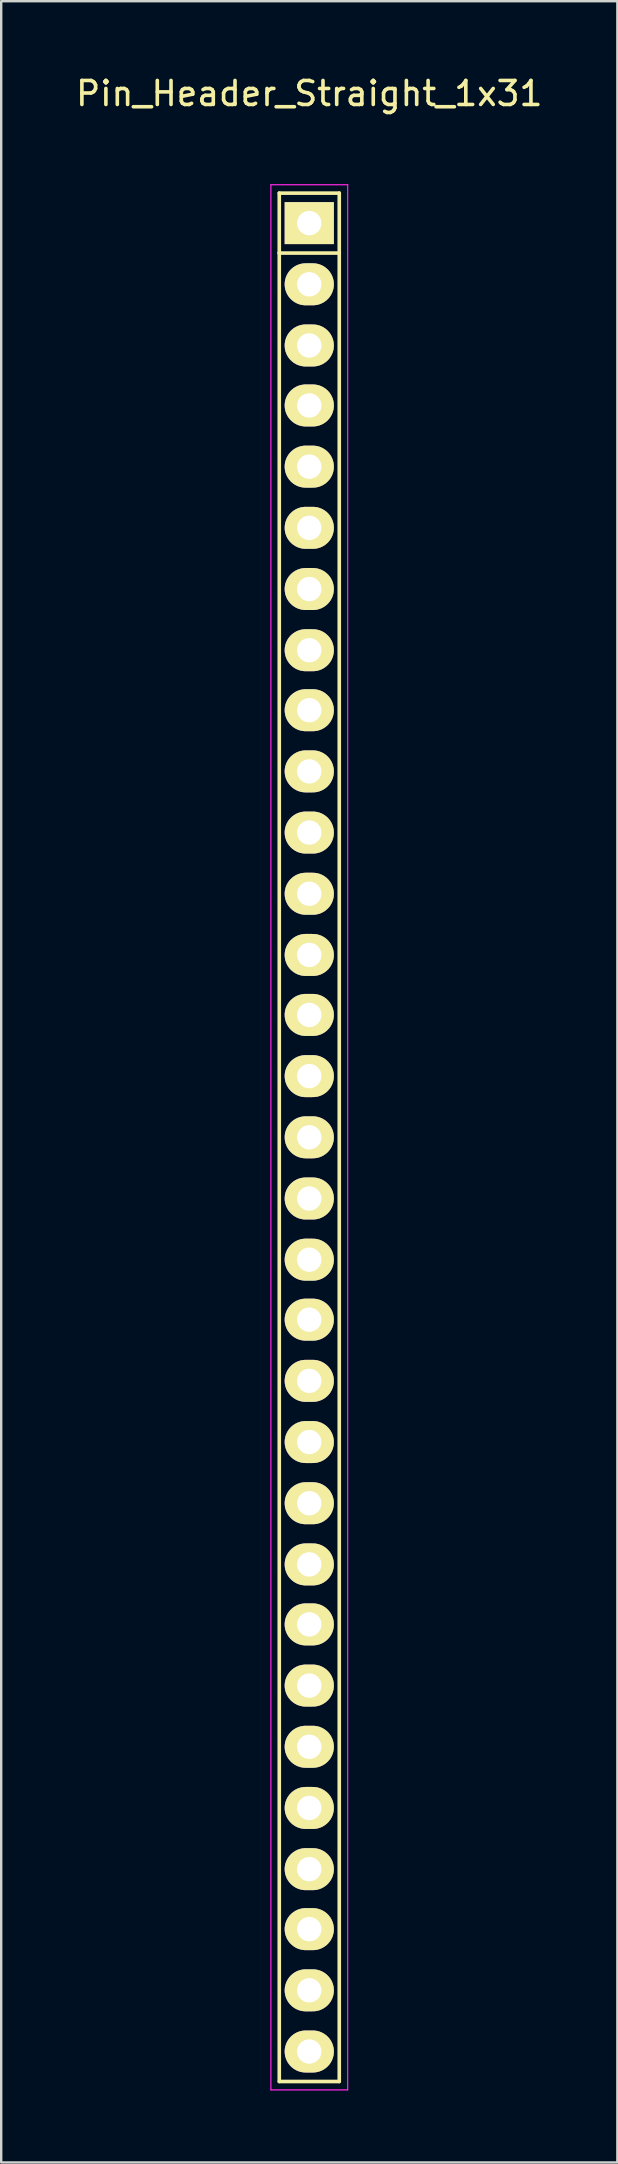
<source format=kicad_pcb>
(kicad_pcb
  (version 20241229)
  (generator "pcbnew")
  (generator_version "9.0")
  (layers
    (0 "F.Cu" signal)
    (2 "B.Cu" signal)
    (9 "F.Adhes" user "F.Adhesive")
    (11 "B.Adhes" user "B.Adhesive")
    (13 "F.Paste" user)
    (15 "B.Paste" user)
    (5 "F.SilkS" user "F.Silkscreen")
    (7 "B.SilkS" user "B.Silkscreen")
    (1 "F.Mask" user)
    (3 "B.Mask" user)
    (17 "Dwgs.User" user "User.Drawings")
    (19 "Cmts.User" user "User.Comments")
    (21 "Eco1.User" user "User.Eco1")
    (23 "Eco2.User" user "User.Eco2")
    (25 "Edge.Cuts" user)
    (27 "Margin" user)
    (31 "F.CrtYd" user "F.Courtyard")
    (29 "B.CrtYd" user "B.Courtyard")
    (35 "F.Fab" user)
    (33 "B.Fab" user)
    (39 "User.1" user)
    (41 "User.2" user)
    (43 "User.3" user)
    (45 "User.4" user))
  (footprint "Pin_Header_Straight_1x31"
    (layer "F.Cu")
    (at 9.839 6.248)
    (property "Reference" "Pin_Header_Straight_1x31" (at 0 -5.4 0) (layer "F.SilkS") (effects (font (size 1 1) (thickness 0.15))))
    (attr through_hole)
    (fp_line (start -1.25 -1.25) (end -1.25 1.25) (stroke (width 0.15) (type solid)) (layer "F.SilkS"))
    (fp_line (start -1.25 1.25) (end -1.25 77.45) (stroke (width 0.15) (type solid)) (layer "F.SilkS"))
    (fp_line (start -1.25 77.45) (end 1.25 77.45) (stroke (width 0.15) (type solid)) (layer "F.SilkS"))
    (fp_line (start 1.25 -1.25) (end -1.25 -1.25) (stroke (width 0.15) (type solid)) (layer "F.SilkS"))
    (fp_line (start 1.25 -1.25) (end 1.25 1.25) (stroke (width 0.15) (type solid)) (layer "F.SilkS"))
    (fp_line (start 1.25 1.25) (end -1.25 1.25) (stroke (width 0.15) (type solid)) (layer "F.SilkS"))
    (fp_line (start 1.25 77.45) (end 1.25 1.25) (stroke (width 0.15) (type solid)) (layer "F.SilkS"))
    (fp_line (start -1.6 -1.6) (end -1.6 77.8) (stroke (width 0.05) (type solid)) (layer "F.CrtYd"))
    (fp_line (start -1.6 -1.6) (end 1.6 -1.6) (stroke (width 0.05) (type solid)) (layer "F.CrtYd"))
    (fp_line (start -1.6 77.8) (end 1.6 77.8) (stroke (width 0.05) (type solid)) (layer "F.CrtYd"))
    (fp_line (start 1.6 -1.6) (end 1.6 77.8) (stroke (width 0.05) (type solid)) (layer "F.CrtYd"))
    (pad "1" thru_hole rect (at 0 0) (size 2.05 1.75) (drill 1.016) (layers "*.Cu" "*.Mask" "F.SilkS"))
    (pad "2" thru_hole oval (at 0 2.55) (size 2.05 1.75) (drill 1.016) (layers "*.Cu" "*.Mask" "F.SilkS"))
    (pad "3" thru_hole oval (at 0 5.1) (size 2.05 1.75) (drill 1.016) (layers "*.Cu" "*.Mask" "F.SilkS"))
    (pad "4" thru_hole oval (at 0 7.6) (size 2.05 1.75) (drill 1.016) (layers "*.Cu" "*.Mask" "F.SilkS"))
    (pad "5" thru_hole oval (at 0 10.15) (size 2.05 1.75) (drill 1.016) (layers "*.Cu" "*.Mask" "F.SilkS"))
    (pad "6" thru_hole oval (at 0 12.7) (size 2.05 1.75) (drill 1.016) (layers "*.Cu" "*.Mask" "F.SilkS"))
    (pad "7" thru_hole oval (at 0 15.25) (size 2.05 1.75) (drill 1.016) (layers "*.Cu" "*.Mask" "F.SilkS"))
    (pad "8" thru_hole oval (at 0 17.8) (size 2.05 1.75) (drill 1.016) (layers "*.Cu" "*.Mask" "F.SilkS"))
    (pad "9" thru_hole oval (at 0 20.3) (size 2.05 1.75) (drill 1.016) (layers "*.Cu" "*.Mask" "F.SilkS"))
    (pad "10" thru_hole oval (at 0 22.85) (size 2.05 1.75) (drill 1.016) (layers "*.Cu" "*.Mask" "F.SilkS"))
    (pad "11" thru_hole oval (at 0 25.4) (size 2.05 1.75) (drill 1.016) (layers "*.Cu" "*.Mask" "F.SilkS"))
    (pad "12" thru_hole oval (at 0 27.95) (size 2.05 1.75) (drill 1.016) (layers "*.Cu" "*.Mask" "F.SilkS"))
    (pad "13" thru_hole oval (at 0 30.5) (size 2.05 1.75) (drill 1.016) (layers "*.Cu" "*.Mask" "F.SilkS"))
    (pad "14" thru_hole oval (at 0 33) (size 2.05 1.75) (drill 1.016) (layers "*.Cu" "*.Mask" "F.SilkS"))
    (pad "15" thru_hole oval (at 0 35.55) (size 2.05 1.75) (drill 1.016) (layers "*.Cu" "*.Mask" "F.SilkS"))
    (pad "16" thru_hole oval (at 0 38.1) (size 2.05 1.75) (drill 1.016) (layers "*.Cu" "*.Mask" "F.SilkS"))
    (pad "17" thru_hole oval (at 0 40.65) (size 2.05 1.75) (drill 1.016) (layers "*.Cu" "*.Mask" "F.SilkS"))
    (pad "18" thru_hole oval (at 0 43.2) (size 2.05 1.75) (drill 1.016) (layers "*.Cu" "*.Mask" "F.SilkS"))
    (pad "19" thru_hole oval (at 0 45.7) (size 2.05 1.75) (drill 1.016) (layers "*.Cu" "*.Mask" "F.SilkS"))
    (pad "20" thru_hole oval (at 0 48.25) (size 2.05 1.75) (drill 1.016) (layers "*.Cu" "*.Mask" "F.SilkS"))
    (pad "21" thru_hole oval (at 0 50.8) (size 2.05 1.75) (drill 1.016) (layers "*.Cu" "*.Mask" "F.SilkS"))
    (pad "22" thru_hole oval (at 0 53.35) (size 2.05 1.75) (drill 1.016) (layers "*.Cu" "*.Mask" "F.SilkS"))
    (pad "23" thru_hole oval (at 0 55.9) (size 2.05 1.75) (drill 1.016) (layers "*.Cu" "*.Mask" "F.SilkS"))
    (pad "24" thru_hole oval (at 0 58.4) (size 2.05 1.75) (drill 1.016) (layers "*.Cu" "*.Mask" "F.SilkS"))
    (pad "25" thru_hole oval (at 0 60.95) (size 2.05 1.75) (drill 1.016) (layers "*.Cu" "*.Mask" "F.SilkS"))
    (pad "26" thru_hole oval (at 0 63.5) (size 2.05 1.75) (drill 1.016) (layers "*.Cu" "*.Mask" "F.SilkS"))
    (pad "27" thru_hole oval (at 0 66.05) (size 2.05 1.75) (drill 1.016) (layers "*.Cu" "*.Mask" "F.SilkS"))
    (pad "28" thru_hole oval (at 0 68.6) (size 2.05 1.75) (drill 1.016) (layers "*.Cu" "*.Mask" "F.SilkS"))
    (pad "29" thru_hole oval (at 0 71.1) (size 2.05 1.75) (drill 1.016) (layers "*.Cu" "*.Mask" "F.SilkS"))
    (pad "30" thru_hole oval (at 0 73.65) (size 2.05 1.75) (drill 1.016) (layers "*.Cu" "*.Mask" "F.SilkS"))
    (pad "31" thru_hole oval (at 0 76.2) (size 2.05 1.75) (drill 1.016) (layers "*.Cu" "*.Mask" "F.SilkS")))
  (gr_rect
    (start -3 -3)
    (end 22.679 87.073)
    (stroke (width 0.1) (type default))
    (fill no)
    (layer "Edge.Cuts")))
</source>
